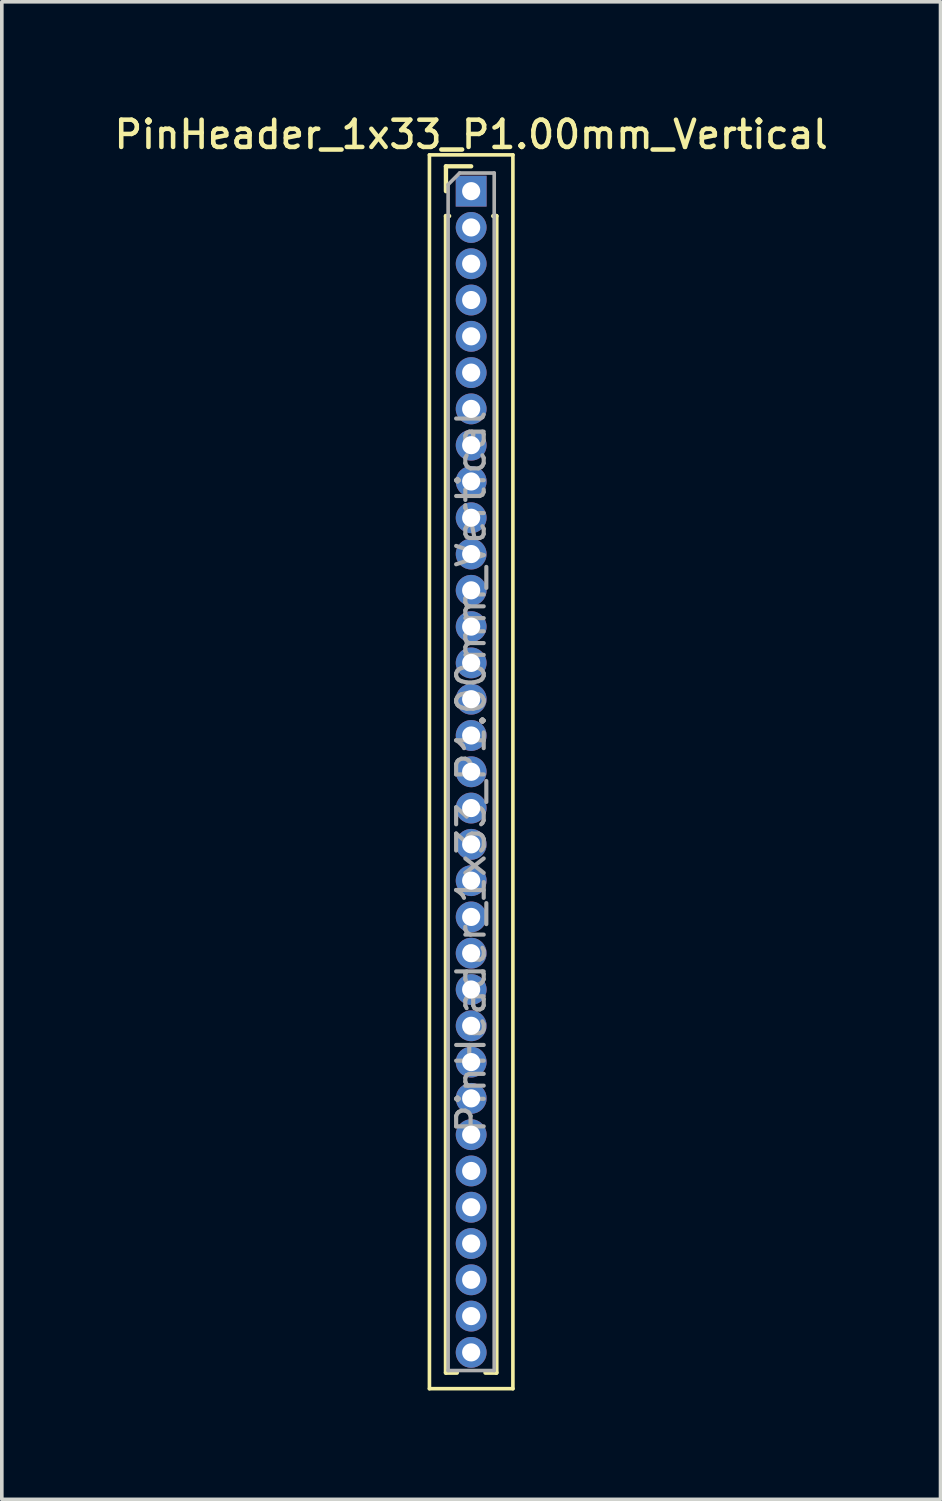
<source format=kicad_pcb>
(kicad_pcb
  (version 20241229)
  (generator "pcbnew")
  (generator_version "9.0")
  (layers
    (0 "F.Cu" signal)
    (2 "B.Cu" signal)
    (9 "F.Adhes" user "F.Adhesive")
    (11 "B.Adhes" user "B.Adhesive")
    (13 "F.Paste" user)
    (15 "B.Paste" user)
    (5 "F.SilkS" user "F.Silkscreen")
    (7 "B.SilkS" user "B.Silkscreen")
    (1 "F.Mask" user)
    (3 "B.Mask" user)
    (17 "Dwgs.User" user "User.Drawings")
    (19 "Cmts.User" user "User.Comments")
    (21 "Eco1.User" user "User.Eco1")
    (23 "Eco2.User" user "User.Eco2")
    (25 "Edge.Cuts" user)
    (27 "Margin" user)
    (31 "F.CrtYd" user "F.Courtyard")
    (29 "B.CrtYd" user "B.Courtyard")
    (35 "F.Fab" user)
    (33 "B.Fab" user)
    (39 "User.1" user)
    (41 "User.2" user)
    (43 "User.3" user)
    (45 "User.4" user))
  (footprint "PinHeader_1x33_P1.00mm_Vertical"
    (layer "F.Cu")
    (at 9.934 2.218)
    (property "Reference" "PinHeader_1x33_P1.00mm_Vertical" (at 0 -1.56 0) (layer "F.SilkS") (effects (font (size 0.75 0.75) (thickness 0.125))))
    (attr through_hole)
    (fp_line (start -1.15 -1) (end -1.15 33) (stroke (width 0.1) (type solid)) (layer "F.SilkS"))
    (fp_line (start -1.15 33) (end 1.15 33) (stroke (width 0.1) (type solid)) (layer "F.SilkS"))
    (fp_line (start -0.695 -0.685) (end 0 -0.685) (stroke (width 0.12) (type solid)) (layer "F.SilkS"))
    (fp_line (start -0.695 0) (end -0.695 -0.685) (stroke (width 0.12) (type solid)) (layer "F.SilkS"))
    (fp_line (start -0.695 0.685) (end -0.695 32.56) (stroke (width 0.12) (type solid)) (layer "F.SilkS"))
    (fp_line (start -0.695 0.685) (end -0.608 0.685) (stroke (width 0.12) (type solid)) (layer "F.SilkS"))
    (fp_line (start -0.695 32.56) (end -0.394 32.56) (stroke (width 0.12) (type solid)) (layer "F.SilkS"))
    (fp_line (start 0.394 32.56) (end 0.695 32.56) (stroke (width 0.12) (type solid)) (layer "F.SilkS"))
    (fp_line (start 0.608 0.685) (end 0.695 0.685) (stroke (width 0.12) (type solid)) (layer "F.SilkS"))
    (fp_line (start 0.695 0.685) (end 0.695 32.56) (stroke (width 0.12) (type solid)) (layer "F.SilkS"))
    (fp_line (start 1.15 -1) (end -1.15 -1) (stroke (width 0.1) (type solid)) (layer "F.SilkS"))
    (fp_line (start 1.15 33) (end 1.15 -1) (stroke (width 0.1) (type solid)) (layer "F.SilkS"))
    (fp_line (start -0.635 -0.182) (end -0.318 -0.5) (stroke (width 0.1) (type solid)) (layer "F.Fab"))
    (fp_line (start -0.635 32.5) (end -0.635 -0.182) (stroke (width 0.1) (type solid)) (layer "F.Fab"))
    (fp_line (start -0.318 -0.5) (end 0.635 -0.5) (stroke (width 0.1) (type solid)) (layer "F.Fab"))
    (fp_line (start 0.635 -0.5) (end 0.635 32.5) (stroke (width 0.1) (type solid)) (layer "F.Fab"))
    (fp_line (start 0.635 32.5) (end -0.635 32.5) (stroke (width 0.1) (type solid)) (layer "F.Fab"))
    (fp_text user "${REFERENCE}" (at 0 16 90) (layer "F.Fab") (effects (font (size 0.76 0.76) (thickness 0.114))))
    (pad "1" thru_hole rect (at 0 0) (size 0.85 0.85) (drill 0.5) (layers "*.Cu" "*.Mask"))
    (pad "2" thru_hole oval (at 0 1) (size 0.85 0.85) (drill 0.5) (layers "*.Cu" "*.Mask"))
    (pad "3" thru_hole oval (at 0 2) (size 0.85 0.85) (drill 0.5) (layers "*.Cu" "*.Mask"))
    (pad "4" thru_hole oval (at 0 3) (size 0.85 0.85) (drill 0.5) (layers "*.Cu" "*.Mask"))
    (pad "5" thru_hole oval (at 0 4) (size 0.85 0.85) (drill 0.5) (layers "*.Cu" "*.Mask"))
    (pad "6" thru_hole oval (at 0 5) (size 0.85 0.85) (drill 0.5) (layers "*.Cu" "*.Mask"))
    (pad "7" thru_hole oval (at 0 6) (size 0.85 0.85) (drill 0.5) (layers "*.Cu" "*.Mask"))
    (pad "8" thru_hole oval (at 0 7) (size 0.85 0.85) (drill 0.5) (layers "*.Cu" "*.Mask"))
    (pad "9" thru_hole oval (at 0 8) (size 0.85 0.85) (drill 0.5) (layers "*.Cu" "*.Mask"))
    (pad "10" thru_hole oval (at 0 9) (size 0.85 0.85) (drill 0.5) (layers "*.Cu" "*.Mask"))
    (pad "11" thru_hole oval (at 0 10) (size 0.85 0.85) (drill 0.5) (layers "*.Cu" "*.Mask"))
    (pad "12" thru_hole oval (at 0 11) (size 0.85 0.85) (drill 0.5) (layers "*.Cu" "*.Mask"))
    (pad "13" thru_hole oval (at 0 12) (size 0.85 0.85) (drill 0.5) (layers "*.Cu" "*.Mask"))
    (pad "14" thru_hole oval (at 0 13) (size 0.85 0.85) (drill 0.5) (layers "*.Cu" "*.Mask"))
    (pad "15" thru_hole oval (at 0 14) (size 0.85 0.85) (drill 0.5) (layers "*.Cu" "*.Mask"))
    (pad "16" thru_hole oval (at 0 15) (size 0.85 0.85) (drill 0.5) (layers "*.Cu" "*.Mask"))
    (pad "17" thru_hole oval (at 0 16) (size 0.85 0.85) (drill 0.5) (layers "*.Cu" "*.Mask"))
    (pad "18" thru_hole oval (at 0 17) (size 0.85 0.85) (drill 0.5) (layers "*.Cu" "*.Mask"))
    (pad "19" thru_hole oval (at 0 18) (size 0.85 0.85) (drill 0.5) (layers "*.Cu" "*.Mask"))
    (pad "20" thru_hole oval (at 0 19) (size 0.85 0.85) (drill 0.5) (layers "*.Cu" "*.Mask"))
    (pad "21" thru_hole oval (at 0 20) (size 0.85 0.85) (drill 0.5) (layers "*.Cu" "*.Mask"))
    (pad "22" thru_hole oval (at 0 21) (size 0.85 0.85) (drill 0.5) (layers "*.Cu" "*.Mask"))
    (pad "23" thru_hole oval (at 0 22) (size 0.85 0.85) (drill 0.5) (layers "*.Cu" "*.Mask"))
    (pad "24" thru_hole oval (at 0 23) (size 0.85 0.85) (drill 0.5) (layers "*.Cu" "*.Mask"))
    (pad "25" thru_hole oval (at 0 24) (size 0.85 0.85) (drill 0.5) (layers "*.Cu" "*.Mask"))
    (pad "26" thru_hole oval (at 0 25) (size 0.85 0.85) (drill 0.5) (layers "*.Cu" "*.Mask"))
    (pad "27" thru_hole oval (at 0 26) (size 0.85 0.85) (drill 0.5) (layers "*.Cu" "*.Mask"))
    (pad "28" thru_hole oval (at 0 27) (size 0.85 0.85) (drill 0.5) (layers "*.Cu" "*.Mask"))
    (pad "29" thru_hole oval (at 0 28) (size 0.85 0.85) (drill 0.5) (layers "*.Cu" "*.Mask"))
    (pad "30" thru_hole oval (at 0 29) (size 0.85 0.85) (drill 0.5) (layers "*.Cu" "*.Mask"))
    (pad "31" thru_hole oval (at 0 30) (size 0.85 0.85) (drill 0.5) (layers "*.Cu" "*.Mask"))
    (pad "32" thru_hole oval (at 0 31) (size 0.85 0.85) (drill 0.5) (layers "*.Cu" "*.Mask"))
    (pad "33" thru_hole oval (at 0 32) (size 0.85 0.85) (drill 0.5) (layers "*.Cu" "*.Mask")))
  (gr_rect
    (start -3 -3)
    (end 22.868 38.268)
    (stroke (width 0.1) (type default))
    (fill no)
    (layer "Edge.Cuts")))
</source>
